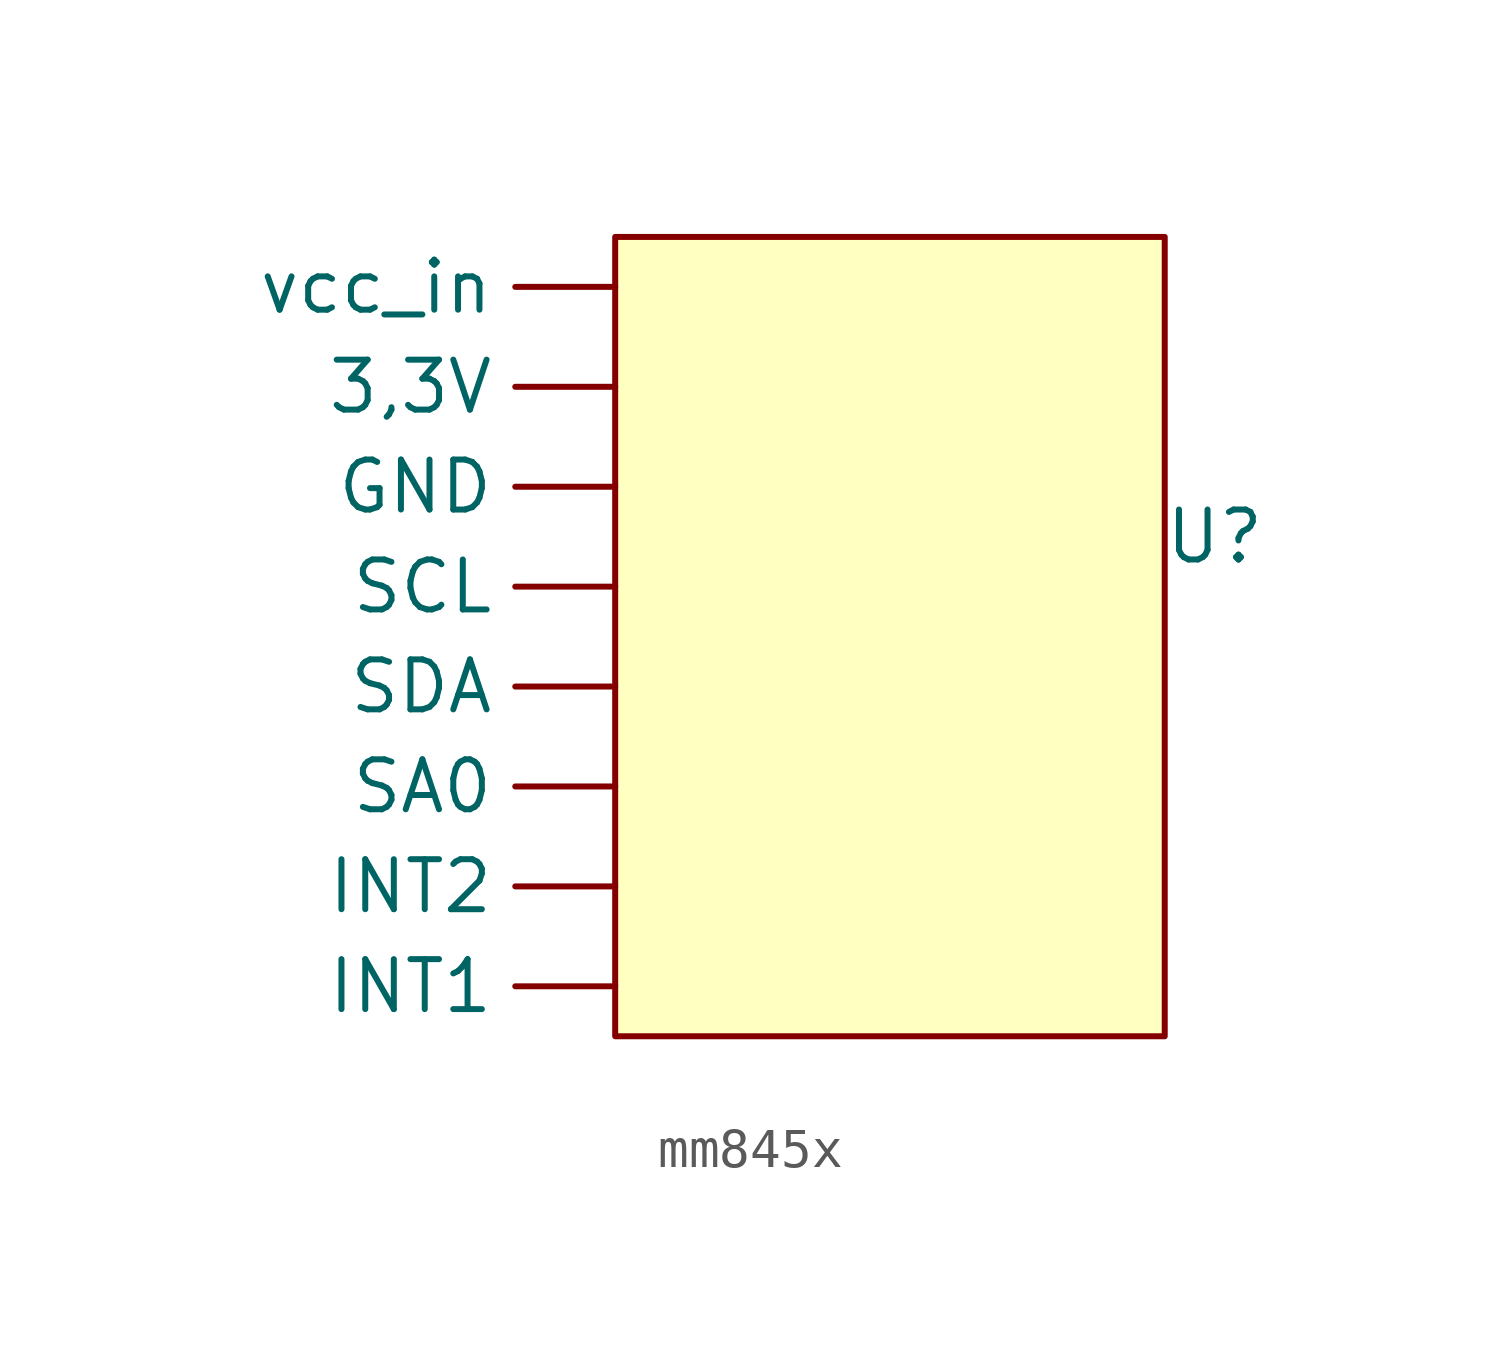
<source format=kicad_sym>
(kicad_symbol_lib
  (version 20231120)
  (generator "kicad_symbol_editor")
  (generator_version "8.0")
  (symbol "mm845x"
    (property "Reference" "U"
      (at 0 0 0)
      (effects (font (size 1.27 1.27))))
    (property "Value" ""
      (at 0 0 0)
      (effects (font (size 1.27 1.27))))
    (symbol "mm845x_1_1"
      (rectangle (start -15.24 7.62) (end -1.27 -12.7) (stroke (width 0) (type default)) (fill (type background)))
      (pin output line (at -15.24 3.81 180) (length 2.54) (name "3,3V" (effects (font (size 1.27 1.27)))) (number "" (effects (font (size 1.27 1.27)))))
      (pin input line (at -15.24 1.27 180) (length 2.54) (name "GND" (effects (font (size 1.27 1.27)))) (number "" (effects (font (size 1.27 1.27)))))
      (pin output line (at -15.24 -11.43 180) (length 2.54) (name "INT1" (effects (font (size 1.27 1.27)))) (number "" (effects (font (size 1.27 1.27)))))
      (pin output line (at -15.24 -8.89 180) (length 2.54) (name "INT2" (effects (font (size 1.27 1.27)))) (number "" (effects (font (size 1.27 1.27)))))
      (pin input line (at -15.24 -6.35 180) (length 2.54) (name "SA0" (effects (font (size 1.27 1.27)))) (number "" (effects (font (size 1.27 1.27)))))
      (pin bidirectional line (at -15.24 -1.27 180) (length 2.54) (name "SCL" (effects (font (size 1.27 1.27)))) (number "" (effects (font (size 1.27 1.27)))))
      (pin bidirectional line (at -15.24 -3.81 180) (length 2.54) (name "SDA" (effects (font (size 1.27 1.27)))) (number "" (effects (font (size 1.27 1.27)))))
      (pin input line (at -15.24 6.35 180) (length 2.54) (name "vcc_in" (effects (font (size 1.27 1.27)))) (number "" (effects (font (size 1.27 1.27))))))))
</source>
